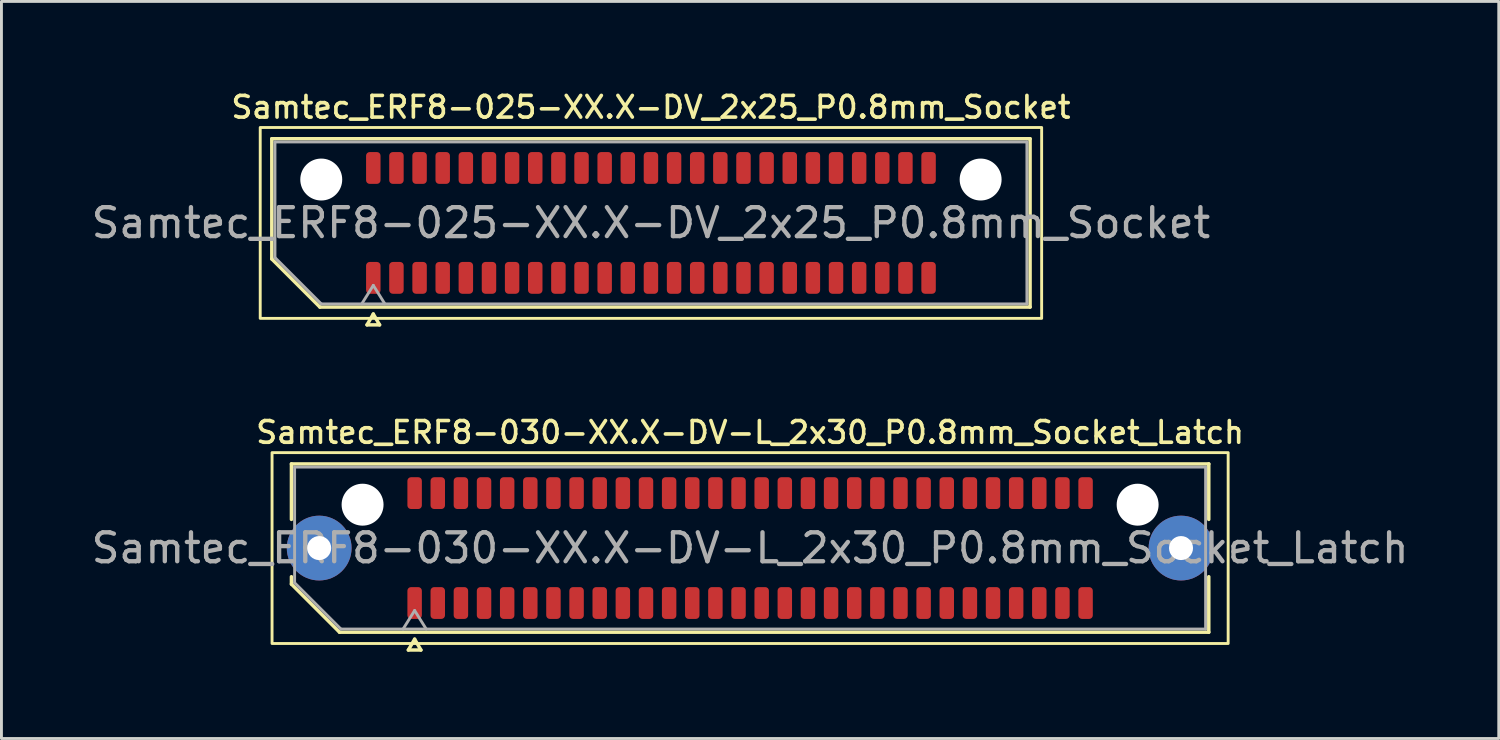
<source format=kicad_pcb>
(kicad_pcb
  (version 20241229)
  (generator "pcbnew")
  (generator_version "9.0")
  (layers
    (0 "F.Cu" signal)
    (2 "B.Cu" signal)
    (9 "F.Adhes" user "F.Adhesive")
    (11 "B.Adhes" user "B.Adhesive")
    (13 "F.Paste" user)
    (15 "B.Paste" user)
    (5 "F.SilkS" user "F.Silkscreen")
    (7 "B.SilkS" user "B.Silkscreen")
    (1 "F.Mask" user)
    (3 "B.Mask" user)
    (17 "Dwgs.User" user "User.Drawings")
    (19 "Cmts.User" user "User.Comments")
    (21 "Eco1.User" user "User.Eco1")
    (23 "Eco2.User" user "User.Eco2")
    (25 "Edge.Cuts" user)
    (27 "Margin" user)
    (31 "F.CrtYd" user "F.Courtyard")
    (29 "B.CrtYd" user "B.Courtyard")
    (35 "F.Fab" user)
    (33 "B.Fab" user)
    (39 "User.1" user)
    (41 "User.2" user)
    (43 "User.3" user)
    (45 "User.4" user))
  (footprint "Samtec_ERF8-030-XX.X-DV-L_2x30_P0.8mm_Socket_Latch"
    (layer "F.Cu")
    (at 22.887 15.901)
    (property "Reference" "Samtec_ERF8-030-XX.X-DV-L_2x30_P0.8mm_Socket_Latch" (at 0 -4 0) (layer "F.SilkS") (effects (font (size 0.75 0.75) (thickness 0.125))))
    (attr smd)
    (fp_line (start -15.86 -2.91) (end 15.86 -2.91) (stroke (width 0.12) (type solid)) (layer "F.SilkS"))
    (fp_line (start -15.86 -0.991) (end -15.86 -2.91) (stroke (width 0.12) (type solid)) (layer "F.SilkS"))
    (fp_line (start -15.86 1.246) (end -15.86 0.991) (stroke (width 0.12) (type solid)) (layer "F.SilkS"))
    (fp_line (start -14.196 2.91) (end -15.86 1.246) (stroke (width 0.12) (type solid)) (layer "F.SilkS"))
    (fp_line (start -11.817 3.525) (end -11.6 3.15) (stroke (width 0.12) (type solid)) (layer "F.SilkS"))
    (fp_line (start -11.6 3.15) (end -11.383 3.525) (stroke (width 0.12) (type solid)) (layer "F.SilkS"))
    (fp_line (start -11.383 3.525) (end -11.817 3.525) (stroke (width 0.12) (type solid)) (layer "F.SilkS"))
    (fp_line (start 15.86 -2.91) (end 15.86 -0.991) (stroke (width 0.12) (type solid)) (layer "F.SilkS"))
    (fp_line (start 15.86 0.991) (end 15.86 2.91) (stroke (width 0.12) (type solid)) (layer "F.SilkS"))
    (fp_line (start 15.86 2.91) (end -14.196 2.91) (stroke (width 0.12) (type solid)) (layer "F.SilkS"))
    (fp_rect (start -16.53 -3.3) (end 16.53 3.3) (stroke (width 0.1) (type solid)) (fill no) (layer "F.SilkS"))
    (fp_line (start -15.75 -2.8) (end 15.75 -2.8) (stroke (width 0.1) (type solid)) (layer "F.Fab"))
    (fp_line (start -15.75 1.2) (end -15.75 -2.8) (stroke (width 0.1) (type solid)) (layer "F.Fab"))
    (fp_line (start -14.15 2.8) (end -15.75 1.2) (stroke (width 0.1) (type solid)) (layer "F.Fab"))
    (fp_line (start -12 2.8) (end -11.6 2.16) (stroke (width 0.1) (type solid)) (layer "F.Fab"))
    (fp_line (start -11.6 2.16) (end -11.2 2.8) (stroke (width 0.1) (type solid)) (layer "F.Fab"))
    (fp_line (start 15.75 -2.8) (end 15.75 2.8) (stroke (width 0.1) (type solid)) (layer "F.Fab"))
    (fp_line (start 15.75 2.8) (end -14.15 2.8) (stroke (width 0.1) (type solid)) (layer "F.Fab"))
    (fp_text user "${REFERENCE}" (at 0 0 0) (layer "F.Fab") (effects (font (size 1 1) (thickness 0.15))))
    (pad "" thru_hole circle (at -14.9 0) (size 2.24 2.24) (drill 0.83) (layers "*.Cu" "*.Mask" "F.Paste"))
    (pad "" np_thru_hole circle (at -13.4 -1.5) (size 1.45 1.45) (drill 1.45) (layers "*.Cu" "*.Mask"))
    (pad "" np_thru_hole circle (at 13.4 -1.5) (size 1.45 1.45) (drill 1.45) (layers "*.Cu" "*.Mask"))
    (pad "" thru_hole circle (at 14.9 0) (size 2.24 2.24) (drill 0.83) (layers "*.Cu" "*.Mask" "F.Paste"))
    (pad "1" smd roundrect (at -11.6 1.9) (size 0.5 1.1) (layers "F.Cu" "F.Mask" "F.Paste") (roundrect_rratio 0.25))
    (pad "2" smd roundrect (at -11.6 -1.9) (size 0.5 1.1) (layers "F.Cu" "F.Mask" "F.Paste") (roundrect_rratio 0.25))
    (pad "3" smd roundrect (at -10.8 1.9) (size 0.5 1.1) (layers "F.Cu" "F.Mask" "F.Paste") (roundrect_rratio 0.25))
    (pad "4" smd roundrect (at -10.8 -1.9) (size 0.5 1.1) (layers "F.Cu" "F.Mask" "F.Paste") (roundrect_rratio 0.25))
    (pad "5" smd roundrect (at -10 1.9) (size 0.5 1.1) (layers "F.Cu" "F.Mask" "F.Paste") (roundrect_rratio 0.25))
    (pad "6" smd roundrect (at -10 -1.9) (size 0.5 1.1) (layers "F.Cu" "F.Mask" "F.Paste") (roundrect_rratio 0.25))
    (pad "7" smd roundrect (at -9.2 1.9) (size 0.5 1.1) (layers "F.Cu" "F.Mask" "F.Paste") (roundrect_rratio 0.25))
    (pad "8" smd roundrect (at -9.2 -1.9) (size 0.5 1.1) (layers "F.Cu" "F.Mask" "F.Paste") (roundrect_rratio 0.25))
    (pad "9" smd roundrect (at -8.4 1.9) (size 0.5 1.1) (layers "F.Cu" "F.Mask" "F.Paste") (roundrect_rratio 0.25))
    (pad "10" smd roundrect (at -8.4 -1.9) (size 0.5 1.1) (layers "F.Cu" "F.Mask" "F.Paste") (roundrect_rratio 0.25))
    (pad "11" smd roundrect (at -7.6 1.9) (size 0.5 1.1) (layers "F.Cu" "F.Mask" "F.Paste") (roundrect_rratio 0.25))
    (pad "12" smd roundrect (at -7.6 -1.9) (size 0.5 1.1) (layers "F.Cu" "F.Mask" "F.Paste") (roundrect_rratio 0.25))
    (pad "13" smd roundrect (at -6.8 1.9) (size 0.5 1.1) (layers "F.Cu" "F.Mask" "F.Paste") (roundrect_rratio 0.25))
    (pad "14" smd roundrect (at -6.8 -1.9) (size 0.5 1.1) (layers "F.Cu" "F.Mask" "F.Paste") (roundrect_rratio 0.25))
    (pad "15" smd roundrect (at -6 1.9) (size 0.5 1.1) (layers "F.Cu" "F.Mask" "F.Paste") (roundrect_rratio 0.25))
    (pad "16" smd roundrect (at -6 -1.9) (size 0.5 1.1) (layers "F.Cu" "F.Mask" "F.Paste") (roundrect_rratio 0.25))
    (pad "17" smd roundrect (at -5.2 1.9) (size 0.5 1.1) (layers "F.Cu" "F.Mask" "F.Paste") (roundrect_rratio 0.25))
    (pad "18" smd roundrect (at -5.2 -1.9) (size 0.5 1.1) (layers "F.Cu" "F.Mask" "F.Paste") (roundrect_rratio 0.25))
    (pad "19" smd roundrect (at -4.4 1.9) (size 0.5 1.1) (layers "F.Cu" "F.Mask" "F.Paste") (roundrect_rratio 0.25))
    (pad "20" smd roundrect (at -4.4 -1.9) (size 0.5 1.1) (layers "F.Cu" "F.Mask" "F.Paste") (roundrect_rratio 0.25))
    (pad "21" smd roundrect (at -3.6 1.9) (size 0.5 1.1) (layers "F.Cu" "F.Mask" "F.Paste") (roundrect_rratio 0.25))
    (pad "22" smd roundrect (at -3.6 -1.9) (size 0.5 1.1) (layers "F.Cu" "F.Mask" "F.Paste") (roundrect_rratio 0.25))
    (pad "23" smd roundrect (at -2.8 1.9) (size 0.5 1.1) (layers "F.Cu" "F.Mask" "F.Paste") (roundrect_rratio 0.25))
    (pad "24" smd roundrect (at -2.8 -1.9) (size 0.5 1.1) (layers "F.Cu" "F.Mask" "F.Paste") (roundrect_rratio 0.25))
    (pad "25" smd roundrect (at -2 1.9) (size 0.5 1.1) (layers "F.Cu" "F.Mask" "F.Paste") (roundrect_rratio 0.25))
    (pad "26" smd roundrect (at -2 -1.9) (size 0.5 1.1) (layers "F.Cu" "F.Mask" "F.Paste") (roundrect_rratio 0.25))
    (pad "27" smd roundrect (at -1.2 1.9) (size 0.5 1.1) (layers "F.Cu" "F.Mask" "F.Paste") (roundrect_rratio 0.25))
    (pad "28" smd roundrect (at -1.2 -1.9) (size 0.5 1.1) (layers "F.Cu" "F.Mask" "F.Paste") (roundrect_rratio 0.25))
    (pad "29" smd roundrect (at -0.4 1.9) (size 0.5 1.1) (layers "F.Cu" "F.Mask" "F.Paste") (roundrect_rratio 0.25))
    (pad "30" smd roundrect (at -0.4 -1.9) (size 0.5 1.1) (layers "F.Cu" "F.Mask" "F.Paste") (roundrect_rratio 0.25))
    (pad "31" smd roundrect (at 0.4 1.9) (size 0.5 1.1) (layers "F.Cu" "F.Mask" "F.Paste") (roundrect_rratio 0.25))
    (pad "32" smd roundrect (at 0.4 -1.9) (size 0.5 1.1) (layers "F.Cu" "F.Mask" "F.Paste") (roundrect_rratio 0.25))
    (pad "33" smd roundrect (at 1.2 1.9) (size 0.5 1.1) (layers "F.Cu" "F.Mask" "F.Paste") (roundrect_rratio 0.25))
    (pad "34" smd roundrect (at 1.2 -1.9) (size 0.5 1.1) (layers "F.Cu" "F.Mask" "F.Paste") (roundrect_rratio 0.25))
    (pad "35" smd roundrect (at 2 1.9) (size 0.5 1.1) (layers "F.Cu" "F.Mask" "F.Paste") (roundrect_rratio 0.25))
    (pad "36" smd roundrect (at 2 -1.9) (size 0.5 1.1) (layers "F.Cu" "F.Mask" "F.Paste") (roundrect_rratio 0.25))
    (pad "37" smd roundrect (at 2.8 1.9) (size 0.5 1.1) (layers "F.Cu" "F.Mask" "F.Paste") (roundrect_rratio 0.25))
    (pad "38" smd roundrect (at 2.8 -1.9) (size 0.5 1.1) (layers "F.Cu" "F.Mask" "F.Paste") (roundrect_rratio 0.25))
    (pad "39" smd roundrect (at 3.6 1.9) (size 0.5 1.1) (layers "F.Cu" "F.Mask" "F.Paste") (roundrect_rratio 0.25))
    (pad "40" smd roundrect (at 3.6 -1.9) (size 0.5 1.1) (layers "F.Cu" "F.Mask" "F.Paste") (roundrect_rratio 0.25))
    (pad "41" smd roundrect (at 4.4 1.9) (size 0.5 1.1) (layers "F.Cu" "F.Mask" "F.Paste") (roundrect_rratio 0.25))
    (pad "42" smd roundrect (at 4.4 -1.9) (size 0.5 1.1) (layers "F.Cu" "F.Mask" "F.Paste") (roundrect_rratio 0.25))
    (pad "43" smd roundrect (at 5.2 1.9) (size 0.5 1.1) (layers "F.Cu" "F.Mask" "F.Paste") (roundrect_rratio 0.25))
    (pad "44" smd roundrect (at 5.2 -1.9) (size 0.5 1.1) (layers "F.Cu" "F.Mask" "F.Paste") (roundrect_rratio 0.25))
    (pad "45" smd roundrect (at 6 1.9) (size 0.5 1.1) (layers "F.Cu" "F.Mask" "F.Paste") (roundrect_rratio 0.25))
    (pad "46" smd roundrect (at 6 -1.9) (size 0.5 1.1) (layers "F.Cu" "F.Mask" "F.Paste") (roundrect_rratio 0.25))
    (pad "47" smd roundrect (at 6.8 1.9) (size 0.5 1.1) (layers "F.Cu" "F.Mask" "F.Paste") (roundrect_rratio 0.25))
    (pad "48" smd roundrect (at 6.8 -1.9) (size 0.5 1.1) (layers "F.Cu" "F.Mask" "F.Paste") (roundrect_rratio 0.25))
    (pad "49" smd roundrect (at 7.6 1.9) (size 0.5 1.1) (layers "F.Cu" "F.Mask" "F.Paste") (roundrect_rratio 0.25))
    (pad "50" smd roundrect (at 7.6 -1.9) (size 0.5 1.1) (layers "F.Cu" "F.Mask" "F.Paste") (roundrect_rratio 0.25))
    (pad "51" smd roundrect (at 8.4 1.9) (size 0.5 1.1) (layers "F.Cu" "F.Mask" "F.Paste") (roundrect_rratio 0.25))
    (pad "52" smd roundrect (at 8.4 -1.9) (size 0.5 1.1) (layers "F.Cu" "F.Mask" "F.Paste") (roundrect_rratio 0.25))
    (pad "53" smd roundrect (at 9.2 1.9) (size 0.5 1.1) (layers "F.Cu" "F.Mask" "F.Paste") (roundrect_rratio 0.25))
    (pad "54" smd roundrect (at 9.2 -1.9) (size 0.5 1.1) (layers "F.Cu" "F.Mask" "F.Paste") (roundrect_rratio 0.25))
    (pad "55" smd roundrect (at 10 1.9) (size 0.5 1.1) (layers "F.Cu" "F.Mask" "F.Paste") (roundrect_rratio 0.25))
    (pad "56" smd roundrect (at 10 -1.9) (size 0.5 1.1) (layers "F.Cu" "F.Mask" "F.Paste") (roundrect_rratio 0.25))
    (pad "57" smd roundrect (at 10.8 1.9) (size 0.5 1.1) (layers "F.Cu" "F.Mask" "F.Paste") (roundrect_rratio 0.25))
    (pad "58" smd roundrect (at 10.8 -1.9) (size 0.5 1.1) (layers "F.Cu" "F.Mask" "F.Paste") (roundrect_rratio 0.25))
    (pad "59" smd roundrect (at 11.6 1.9) (size 0.5 1.1) (layers "F.Cu" "F.Mask" "F.Paste") (roundrect_rratio 0.25))
    (pad "60" smd roundrect (at 11.6 -1.9) (size 0.5 1.1) (layers "F.Cu" "F.Mask" "F.Paste") (roundrect_rratio 0.25)))
  (footprint "Samtec_ERF8-025-XX.X-DV_2x25_P0.8mm_Socket"
    (layer "F.Cu")
    (at 19.458 4.658)
    (property "Reference" "Samtec_ERF8-025-XX.X-DV_2x25_P0.8mm_Socket" (at 0 -4 0) (layer "F.SilkS") (effects (font (size 0.75 0.75) (thickness 0.125))))
    (attr smd)
    (fp_line (start -13.11 -2.91) (end 13.11 -2.91) (stroke (width 0.12) (type solid)) (layer "F.SilkS"))
    (fp_line (start -13.11 1.246) (end -13.11 -2.91) (stroke (width 0.12) (type solid)) (layer "F.SilkS"))
    (fp_line (start -11.446 2.91) (end -13.11 1.246) (stroke (width 0.12) (type solid)) (layer "F.SilkS"))
    (fp_line (start -9.817 3.525) (end -9.6 3.15) (stroke (width 0.12) (type solid)) (layer "F.SilkS"))
    (fp_line (start -9.6 3.15) (end -9.383 3.525) (stroke (width 0.12) (type solid)) (layer "F.SilkS"))
    (fp_line (start -9.383 3.525) (end -9.817 3.525) (stroke (width 0.12) (type solid)) (layer "F.SilkS"))
    (fp_line (start 13.11 -2.91) (end 13.11 2.91) (stroke (width 0.12) (type solid)) (layer "F.SilkS"))
    (fp_line (start 13.11 2.91) (end -11.446 2.91) (stroke (width 0.12) (type solid)) (layer "F.SilkS"))
    (fp_rect (start -13.51 -3.3) (end 13.51 3.3) (stroke (width 0.1) (type solid)) (fill no) (layer "F.SilkS"))
    (fp_line (start -13 -2.8) (end 13 -2.8) (stroke (width 0.1) (type solid)) (layer "F.Fab"))
    (fp_line (start -13 1.2) (end -13 -2.8) (stroke (width 0.1) (type solid)) (layer "F.Fab"))
    (fp_line (start -11.4 2.8) (end -13 1.2) (stroke (width 0.1) (type solid)) (layer "F.Fab"))
    (fp_line (start -10 2.8) (end -9.6 2.16) (stroke (width 0.1) (type solid)) (layer "F.Fab"))
    (fp_line (start -9.6 2.16) (end -9.2 2.8) (stroke (width 0.1) (type solid)) (layer "F.Fab"))
    (fp_line (start 13 -2.8) (end 13 2.8) (stroke (width 0.1) (type solid)) (layer "F.Fab"))
    (fp_line (start 13 2.8) (end -11.4 2.8) (stroke (width 0.1) (type solid)) (layer "F.Fab"))
    (fp_text user "${REFERENCE}" (at 0 0 0) (layer "F.Fab") (effects (font (size 1 1) (thickness 0.15))))
    (pad "" np_thru_hole circle (at -11.4 -1.5) (size 1.45 1.45) (drill 1.45) (layers "*.Cu" "*.Mask"))
    (pad "" np_thru_hole circle (at 11.4 -1.5) (size 1.45 1.45) (drill 1.45) (layers "*.Cu" "*.Mask"))
    (pad "1" smd roundrect (at -9.6 1.9) (size 0.5 1.1) (layers "F.Cu" "F.Mask" "F.Paste") (roundrect_rratio 0.25))
    (pad "2" smd roundrect (at -9.6 -1.9) (size 0.5 1.1) (layers "F.Cu" "F.Mask" "F.Paste") (roundrect_rratio 0.25))
    (pad "3" smd roundrect (at -8.8 1.9) (size 0.5 1.1) (layers "F.Cu" "F.Mask" "F.Paste") (roundrect_rratio 0.25))
    (pad "4" smd roundrect (at -8.8 -1.9) (size 0.5 1.1) (layers "F.Cu" "F.Mask" "F.Paste") (roundrect_rratio 0.25))
    (pad "5" smd roundrect (at -8 1.9) (size 0.5 1.1) (layers "F.Cu" "F.Mask" "F.Paste") (roundrect_rratio 0.25))
    (pad "6" smd roundrect (at -8 -1.9) (size 0.5 1.1) (layers "F.Cu" "F.Mask" "F.Paste") (roundrect_rratio 0.25))
    (pad "7" smd roundrect (at -7.2 1.9) (size 0.5 1.1) (layers "F.Cu" "F.Mask" "F.Paste") (roundrect_rratio 0.25))
    (pad "8" smd roundrect (at -7.2 -1.9) (size 0.5 1.1) (layers "F.Cu" "F.Mask" "F.Paste") (roundrect_rratio 0.25))
    (pad "9" smd roundrect (at -6.4 1.9) (size 0.5 1.1) (layers "F.Cu" "F.Mask" "F.Paste") (roundrect_rratio 0.25))
    (pad "10" smd roundrect (at -6.4 -1.9) (size 0.5 1.1) (layers "F.Cu" "F.Mask" "F.Paste") (roundrect_rratio 0.25))
    (pad "11" smd roundrect (at -5.6 1.9) (size 0.5 1.1) (layers "F.Cu" "F.Mask" "F.Paste") (roundrect_rratio 0.25))
    (pad "12" smd roundrect (at -5.6 -1.9) (size 0.5 1.1) (layers "F.Cu" "F.Mask" "F.Paste") (roundrect_rratio 0.25))
    (pad "13" smd roundrect (at -4.8 1.9) (size 0.5 1.1) (layers "F.Cu" "F.Mask" "F.Paste") (roundrect_rratio 0.25))
    (pad "14" smd roundrect (at -4.8 -1.9) (size 0.5 1.1) (layers "F.Cu" "F.Mask" "F.Paste") (roundrect_rratio 0.25))
    (pad "15" smd roundrect (at -4 1.9) (size 0.5 1.1) (layers "F.Cu" "F.Mask" "F.Paste") (roundrect_rratio 0.25))
    (pad "16" smd roundrect (at -4 -1.9) (size 0.5 1.1) (layers "F.Cu" "F.Mask" "F.Paste") (roundrect_rratio 0.25))
    (pad "17" smd roundrect (at -3.2 1.9) (size 0.5 1.1) (layers "F.Cu" "F.Mask" "F.Paste") (roundrect_rratio 0.25))
    (pad "18" smd roundrect (at -3.2 -1.9) (size 0.5 1.1) (layers "F.Cu" "F.Mask" "F.Paste") (roundrect_rratio 0.25))
    (pad "19" smd roundrect (at -2.4 1.9) (size 0.5 1.1) (layers "F.Cu" "F.Mask" "F.Paste") (roundrect_rratio 0.25))
    (pad "20" smd roundrect (at -2.4 -1.9) (size 0.5 1.1) (layers "F.Cu" "F.Mask" "F.Paste") (roundrect_rratio 0.25))
    (pad "21" smd roundrect (at -1.6 1.9) (size 0.5 1.1) (layers "F.Cu" "F.Mask" "F.Paste") (roundrect_rratio 0.25))
    (pad "22" smd roundrect (at -1.6 -1.9) (size 0.5 1.1) (layers "F.Cu" "F.Mask" "F.Paste") (roundrect_rratio 0.25))
    (pad "23" smd roundrect (at -0.8 1.9) (size 0.5 1.1) (layers "F.Cu" "F.Mask" "F.Paste") (roundrect_rratio 0.25))
    (pad "24" smd roundrect (at -0.8 -1.9) (size 0.5 1.1) (layers "F.Cu" "F.Mask" "F.Paste") (roundrect_rratio 0.25))
    (pad "25" smd roundrect (at 0 1.9) (size 0.5 1.1) (layers "F.Cu" "F.Mask" "F.Paste") (roundrect_rratio 0.25))
    (pad "26" smd roundrect (at 0 -1.9) (size 0.5 1.1) (layers "F.Cu" "F.Mask" "F.Paste") (roundrect_rratio 0.25))
    (pad "27" smd roundrect (at 0.8 1.9) (size 0.5 1.1) (layers "F.Cu" "F.Mask" "F.Paste") (roundrect_rratio 0.25))
    (pad "28" smd roundrect (at 0.8 -1.9) (size 0.5 1.1) (layers "F.Cu" "F.Mask" "F.Paste") (roundrect_rratio 0.25))
    (pad "29" smd roundrect (at 1.6 1.9) (size 0.5 1.1) (layers "F.Cu" "F.Mask" "F.Paste") (roundrect_rratio 0.25))
    (pad "30" smd roundrect (at 1.6 -1.9) (size 0.5 1.1) (layers "F.Cu" "F.Mask" "F.Paste") (roundrect_rratio 0.25))
    (pad "31" smd roundrect (at 2.4 1.9) (size 0.5 1.1) (layers "F.Cu" "F.Mask" "F.Paste") (roundrect_rratio 0.25))
    (pad "32" smd roundrect (at 2.4 -1.9) (size 0.5 1.1) (layers "F.Cu" "F.Mask" "F.Paste") (roundrect_rratio 0.25))
    (pad "33" smd roundrect (at 3.2 1.9) (size 0.5 1.1) (layers "F.Cu" "F.Mask" "F.Paste") (roundrect_rratio 0.25))
    (pad "34" smd roundrect (at 3.2 -1.9) (size 0.5 1.1) (layers "F.Cu" "F.Mask" "F.Paste") (roundrect_rratio 0.25))
    (pad "35" smd roundrect (at 4 1.9) (size 0.5 1.1) (layers "F.Cu" "F.Mask" "F.Paste") (roundrect_rratio 0.25))
    (pad "36" smd roundrect (at 4 -1.9) (size 0.5 1.1) (layers "F.Cu" "F.Mask" "F.Paste") (roundrect_rratio 0.25))
    (pad "37" smd roundrect (at 4.8 1.9) (size 0.5 1.1) (layers "F.Cu" "F.Mask" "F.Paste") (roundrect_rratio 0.25))
    (pad "38" smd roundrect (at 4.8 -1.9) (size 0.5 1.1) (layers "F.Cu" "F.Mask" "F.Paste") (roundrect_rratio 0.25))
    (pad "39" smd roundrect (at 5.6 1.9) (size 0.5 1.1) (layers "F.Cu" "F.Mask" "F.Paste") (roundrect_rratio 0.25))
    (pad "40" smd roundrect (at 5.6 -1.9) (size 0.5 1.1) (layers "F.Cu" "F.Mask" "F.Paste") (roundrect_rratio 0.25))
    (pad "41" smd roundrect (at 6.4 1.9) (size 0.5 1.1) (layers "F.Cu" "F.Mask" "F.Paste") (roundrect_rratio 0.25))
    (pad "42" smd roundrect (at 6.4 -1.9) (size 0.5 1.1) (layers "F.Cu" "F.Mask" "F.Paste") (roundrect_rratio 0.25))
    (pad "43" smd roundrect (at 7.2 1.9) (size 0.5 1.1) (layers "F.Cu" "F.Mask" "F.Paste") (roundrect_rratio 0.25))
    (pad "44" smd roundrect (at 7.2 -1.9) (size 0.5 1.1) (layers "F.Cu" "F.Mask" "F.Paste") (roundrect_rratio 0.25))
    (pad "45" smd roundrect (at 8 1.9) (size 0.5 1.1) (layers "F.Cu" "F.Mask" "F.Paste") (roundrect_rratio 0.25))
    (pad "46" smd roundrect (at 8 -1.9) (size 0.5 1.1) (layers "F.Cu" "F.Mask" "F.Paste") (roundrect_rratio 0.25))
    (pad "47" smd roundrect (at 8.8 1.9) (size 0.5 1.1) (layers "F.Cu" "F.Mask" "F.Paste") (roundrect_rratio 0.25))
    (pad "48" smd roundrect (at 8.8 -1.9) (size 0.5 1.1) (layers "F.Cu" "F.Mask" "F.Paste") (roundrect_rratio 0.25))
    (pad "49" smd roundrect (at 9.6 1.9) (size 0.5 1.1) (layers "F.Cu" "F.Mask" "F.Paste") (roundrect_rratio 0.25))
    (pad "50" smd roundrect (at 9.6 -1.9) (size 0.5 1.1) (layers "F.Cu" "F.Mask" "F.Paste") (roundrect_rratio 0.25)))
  (gr_rect
    (start -3 -3)
    (end 48.774 22.486)
    (stroke (width 0.1) (type default))
    (fill no)
    (layer "Edge.Cuts")))
</source>
